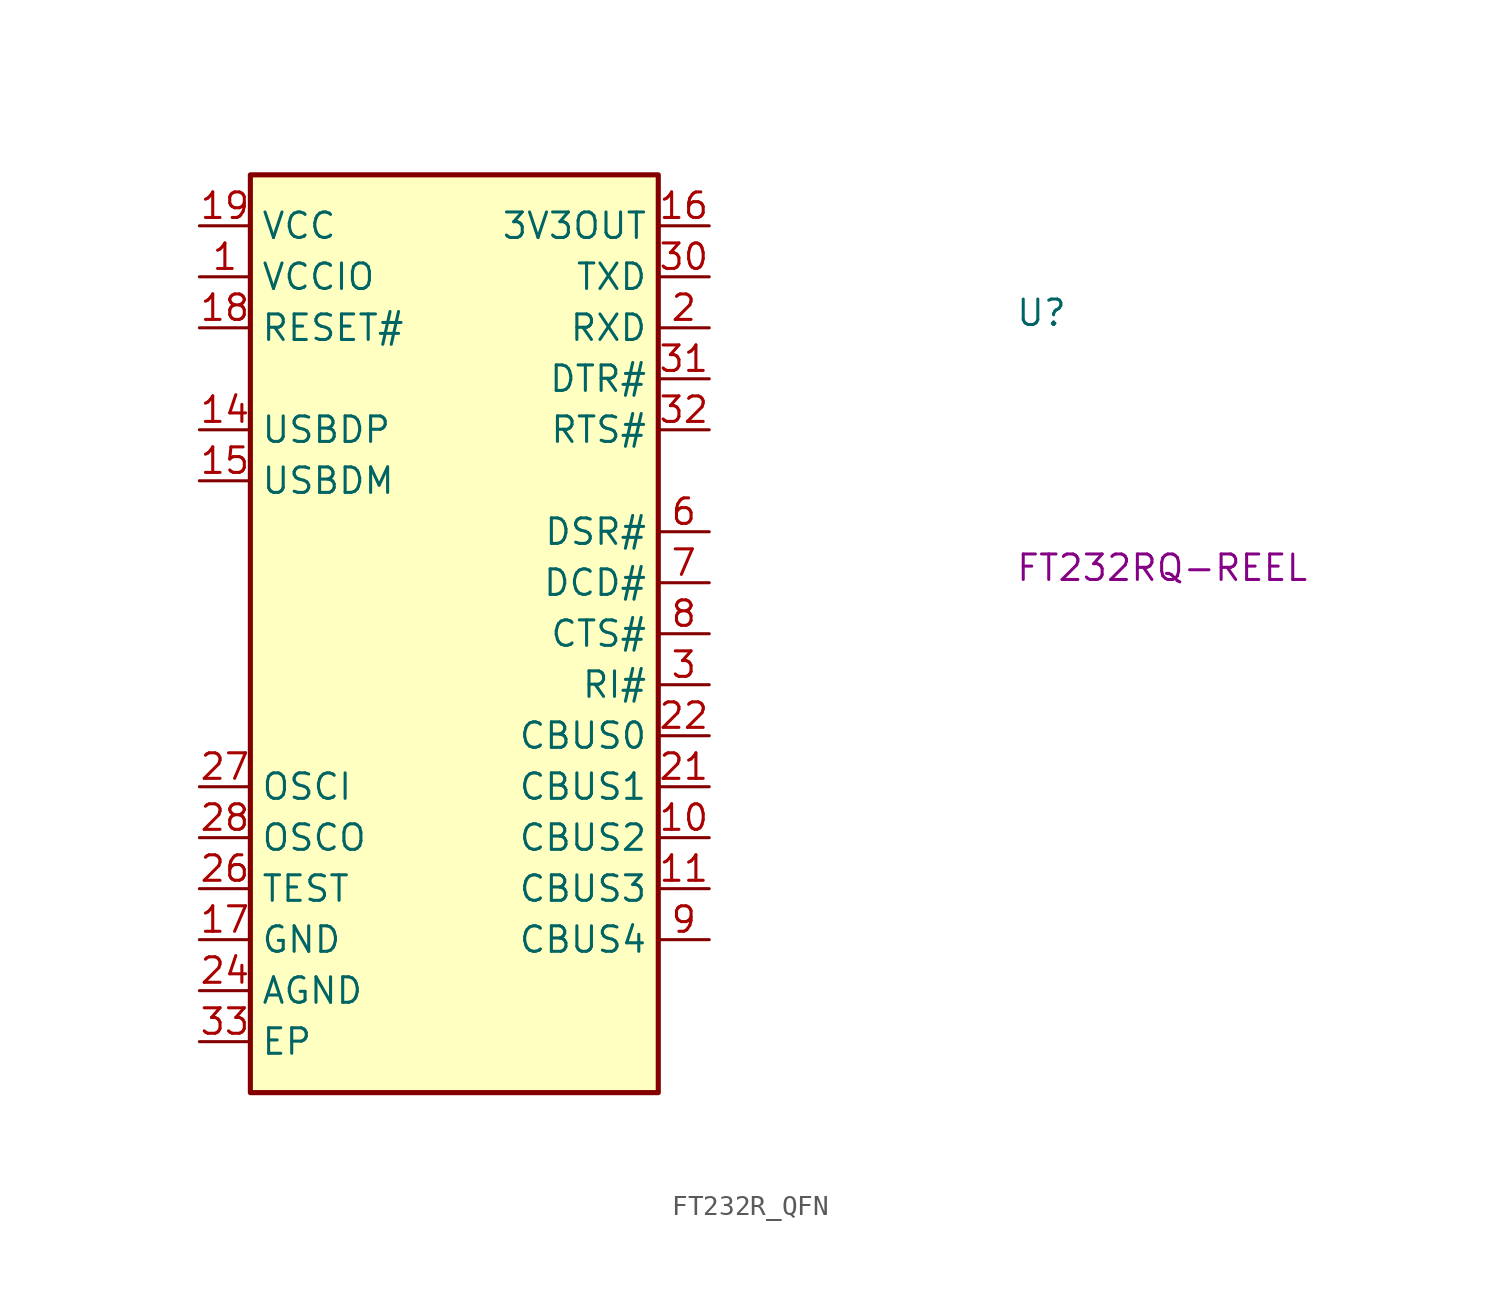
<source format=kicad_sym>
(kicad_symbol_lib
  (version 20220914)
  (generator kicad_symbol_editor)
  (symbol "FT232R_QFN"
    (property "Reference" "U"
      (at 40.64 -5.08 0)
      (effects (font (size 1.27 1.27) (thickness 0.15)) (justify left bottom)))
    (property "MPN" "FT232RQ-REEL"
      (at 40.64 -17.78 0)
      (effects (font (size 1.27 1.27) (thickness 0.15)) (justify left bottom)))
    (symbol "FT232R_QFN_1_1"
      (rectangle (start 2.54 2.54) (end 22.86 -43.18) (stroke (width 0.254) (type default)) (fill (type background)))
      (pin power_in line (at 0 -2.54 0) (length 2.54) (name "VCCIO" (effects (font (size 1.27 1.27)))) (number "1" (effects (font (size 1.27 1.27)))))
      (pin bidirectional line (at 25.4 -30.48 180) (length 2.54) (name "CBUS2" (effects (font (size 1.27 1.27)))) (number "10" (effects (font (size 1.27 1.27)))))
      (pin bidirectional line (at 25.4 -33.02 180) (length 2.54) (name "CBUS3" (effects (font (size 1.27 1.27)))) (number "11" (effects (font (size 1.27 1.27)))))
      (pin no_connect line (at 22.86 -40.64 180) (length 2.54) hide (name "NC" (effects (font (size 1.27 1.27)))) (number "12" (effects (font (size 1.27 1.27)))))
      (pin no_connect line (at 2.54 -17.78 0) (length 2.54) hide (name "NC" (effects (font (size 1.27 1.27)))) (number "13" (effects (font (size 1.27 1.27)))))
      (pin bidirectional line (at 0 -10.16 0) (length 2.54) (name "USBDP" (effects (font (size 1.27 1.27)))) (number "14" (effects (font (size 1.27 1.27)))))
      (pin bidirectional line (at 0 -12.7 0) (length 2.54) (name "USBDM" (effects (font (size 1.27 1.27)))) (number "15" (effects (font (size 1.27 1.27)))))
      (pin output line (at 25.4 0 180) (length 2.54) (name "3V3OUT" (effects (font (size 1.27 1.27)))) (number "16" (effects (font (size 1.27 1.27)))))
      (pin power_in line (at 0 -35.56 0) (length 2.54) (name "GND" (effects (font (size 1.27 1.27)))) (number "17" (effects (font (size 1.27 1.27)))))
      (pin input line (at 0 -5.08 0) (length 2.54) (name "RESET#" (effects (font (size 1.27 1.27)))) (number "18" (effects (font (size 1.27 1.27)))))
      (pin power_in line (at 0 0 0) (length 2.54) (name "VCC" (effects (font (size 1.27 1.27)))) (number "19" (effects (font (size 1.27 1.27)))))
      (pin input line (at 25.4 -5.08 180) (length 2.54) (name "RXD" (effects (font (size 1.27 1.27)))) (number "2" (effects (font (size 1.27 1.27)))))
      (pin passive line (at 0 -35.56 0) (length 2.54) hide (name "GND" (effects (font (size 1.27 1.27)))) (number "20" (effects (font (size 1.27 1.27)))))
      (pin bidirectional line (at 25.4 -27.94 180) (length 2.54) (name "CBUS1" (effects (font (size 1.27 1.27)))) (number "21" (effects (font (size 1.27 1.27)))))
      (pin bidirectional line (at 25.4 -25.4 180) (length 2.54) (name "CBUS0" (effects (font (size 1.27 1.27)))) (number "22" (effects (font (size 1.27 1.27)))))
      (pin no_connect line (at 2.54 -20.32 0) (length 2.54) hide (name "NC" (effects (font (size 1.27 1.27)))) (number "23" (effects (font (size 1.27 1.27)))))
      (pin power_in line (at 0 -38.1 0) (length 2.54) (name "AGND" (effects (font (size 1.27 1.27)))) (number "24" (effects (font (size 1.27 1.27)))))
      (pin no_connect line (at 2.54 -22.86 0) (length 2.54) hide (name "NC" (effects (font (size 1.27 1.27)))) (number "25" (effects (font (size 1.27 1.27)))))
      (pin input line (at 0 -33.02 0) (length 2.54) (name "TEST" (effects (font (size 1.27 1.27)))) (number "26" (effects (font (size 1.27 1.27)))))
      (pin input line (at 0 -27.94 0) (length 2.54) (name "OSCI" (effects (font (size 1.27 1.27)))) (number "27" (effects (font (size 1.27 1.27)))))
      (pin output line (at 0 -30.48 0) (length 2.54) (name "OSCO" (effects (font (size 1.27 1.27)))) (number "28" (effects (font (size 1.27 1.27)))))
      (pin no_connect line (at 2.54 -25.4 0) (length 2.54) hide (name "NC" (effects (font (size 1.27 1.27)))) (number "29" (effects (font (size 1.27 1.27)))))
      (pin input line (at 25.4 -22.86 180) (length 2.54) (name "RI#" (effects (font (size 1.27 1.27)))) (number "3" (effects (font (size 1.27 1.27)))))
      (pin output line (at 25.4 -2.54 180) (length 2.54) (name "TXD" (effects (font (size 1.27 1.27)))) (number "30" (effects (font (size 1.27 1.27)))))
      (pin output line (at 25.4 -7.62 180) (length 2.54) (name "DTR#" (effects (font (size 1.27 1.27)))) (number "31" (effects (font (size 1.27 1.27)))))
      (pin output line (at 25.4 -10.16 180) (length 2.54) (name "RTS#" (effects (font (size 1.27 1.27)))) (number "32" (effects (font (size 1.27 1.27)))))
      (pin passive line (at 0 -40.64 0) (length 2.54) (name "EP" (effects (font (size 1.27 1.27)))) (number "33" (effects (font (size 1.27 1.27)))))
      (pin passive line (at 0 -35.56 0) (length 2.54) hide (name "GND" (effects (font (size 1.27 1.27)))) (number "4" (effects (font (size 1.27 1.27)))))
      (pin no_connect line (at 22.86 -38.1 180) (length 2.54) hide (name "NC" (effects (font (size 1.27 1.27)))) (number "5" (effects (font (size 1.27 1.27)))))
      (pin input line (at 25.4 -15.24 180) (length 2.54) (name "DSR#" (effects (font (size 1.27 1.27)))) (number "6" (effects (font (size 1.27 1.27)))))
      (pin input line (at 25.4 -17.78 180) (length 2.54) (name "DCD#" (effects (font (size 1.27 1.27)))) (number "7" (effects (font (size 1.27 1.27)))))
      (pin input line (at 25.4 -20.32 180) (length 2.54) (name "CTS#" (effects (font (size 1.27 1.27)))) (number "8" (effects (font (size 1.27 1.27)))))
      (pin bidirectional line (at 25.4 -35.56 180) (length 2.54) (name "CBUS4" (effects (font (size 1.27 1.27)))) (number "9" (effects (font (size 1.27 1.27))))))))
</source>
